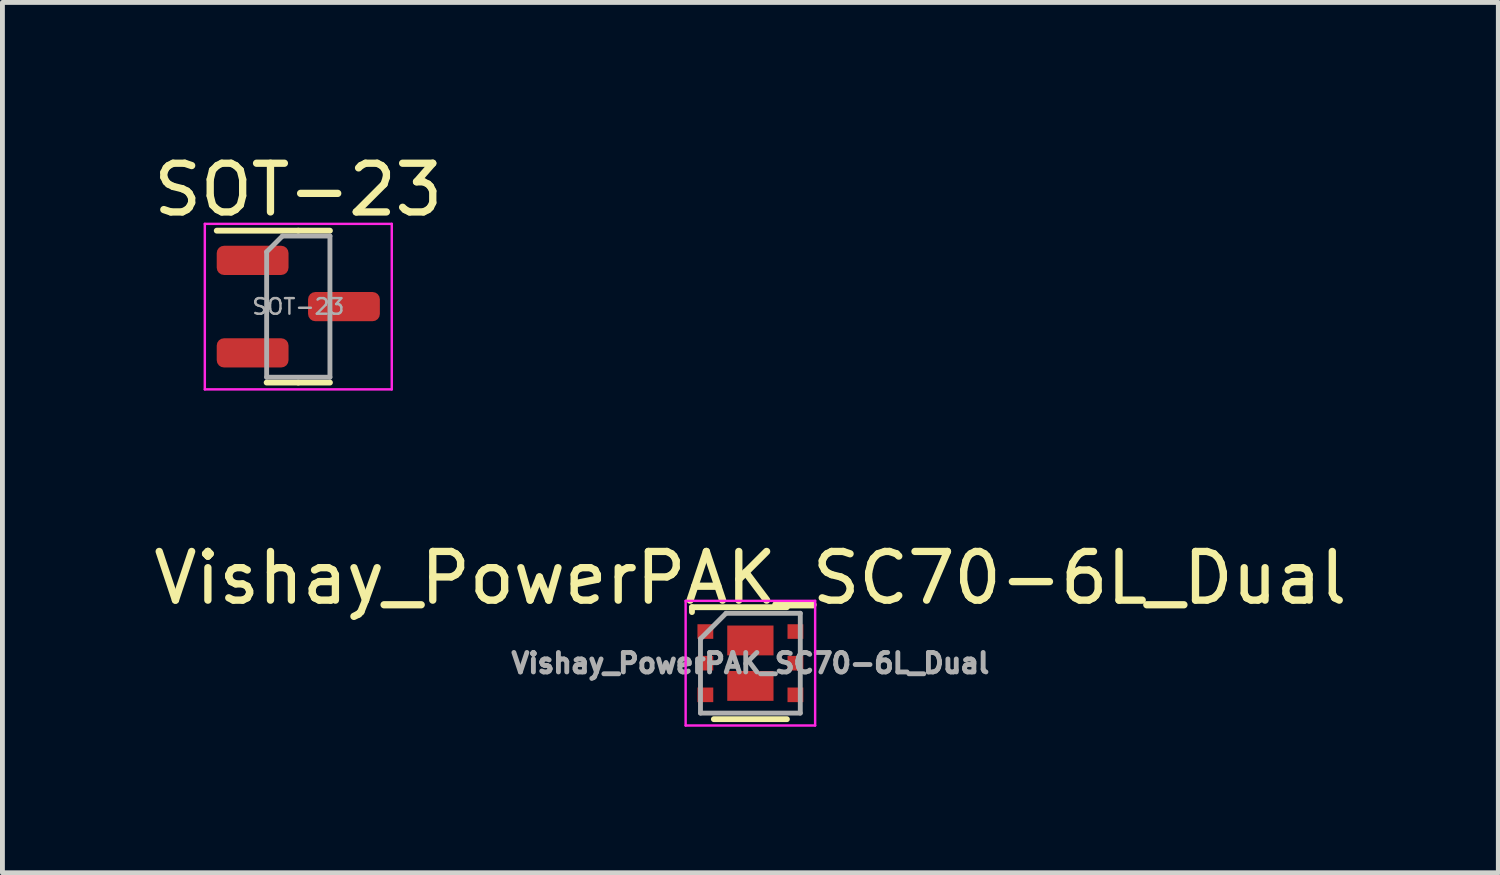
<source format=kicad_pcb>
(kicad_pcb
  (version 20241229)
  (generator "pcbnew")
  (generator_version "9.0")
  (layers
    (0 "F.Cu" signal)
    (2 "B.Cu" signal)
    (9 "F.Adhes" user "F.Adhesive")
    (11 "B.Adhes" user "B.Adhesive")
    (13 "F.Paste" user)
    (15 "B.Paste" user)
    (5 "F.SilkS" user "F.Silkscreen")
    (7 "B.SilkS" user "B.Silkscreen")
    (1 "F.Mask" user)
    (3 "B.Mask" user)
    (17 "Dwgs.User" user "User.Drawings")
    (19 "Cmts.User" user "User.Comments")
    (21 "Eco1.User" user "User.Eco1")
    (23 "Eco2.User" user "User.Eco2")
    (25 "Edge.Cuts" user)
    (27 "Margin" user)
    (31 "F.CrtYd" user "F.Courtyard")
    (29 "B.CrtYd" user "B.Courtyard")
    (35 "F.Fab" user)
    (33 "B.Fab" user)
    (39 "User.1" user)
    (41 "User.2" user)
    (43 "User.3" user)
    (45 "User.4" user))
  (footprint "SOT-23"
    (layer "F.Cu")
    (at 3.077 3.248)
    (property "Reference" "SOT-23" (at 0 -2.4 0) (layer "F.SilkS") (effects (font (size 1 1) (thickness 0.15))))
    (attr smd)
    (fp_line (start 0 -1.56) (end -1.675 -1.56) (stroke (width 0.12) (type solid)) (layer "F.SilkS"))
    (fp_line (start 0 -1.56) (end 0.65 -1.56) (stroke (width 0.12) (type solid)) (layer "F.SilkS"))
    (fp_line (start 0 1.56) (end -0.65 1.56) (stroke (width 0.12) (type solid)) (layer "F.SilkS"))
    (fp_line (start 0 1.56) (end 0.65 1.56) (stroke (width 0.12) (type solid)) (layer "F.SilkS"))
    (fp_line (start -1.92 -1.7) (end -1.92 1.7) (stroke (width 0.05) (type solid)) (layer "F.CrtYd"))
    (fp_line (start -1.92 1.7) (end 1.92 1.7) (stroke (width 0.05) (type solid)) (layer "F.CrtYd"))
    (fp_line (start 1.92 -1.7) (end -1.92 -1.7) (stroke (width 0.05) (type solid)) (layer "F.CrtYd"))
    (fp_line (start 1.92 1.7) (end 1.92 -1.7) (stroke (width 0.05) (type solid)) (layer "F.CrtYd"))
    (fp_line (start -0.65 -1.125) (end -0.325 -1.45) (stroke (width 0.1) (type solid)) (layer "F.Fab"))
    (fp_line (start -0.65 1.45) (end -0.65 -1.125) (stroke (width 0.1) (type solid)) (layer "F.Fab"))
    (fp_line (start -0.325 -1.45) (end 0.65 -1.45) (stroke (width 0.1) (type solid)) (layer "F.Fab"))
    (fp_line (start 0.65 -1.45) (end 0.65 1.45) (stroke (width 0.1) (type solid)) (layer "F.Fab"))
    (fp_line (start 0.65 1.45) (end -0.65 1.45) (stroke (width 0.1) (type solid)) (layer "F.Fab"))
    (fp_text user "${REFERENCE}" (at 0 0 0) (layer "F.Fab") (effects (font (size 0.32 0.32) (thickness 0.05))))
    (pad "1" smd roundrect (at -0.938 -0.95) (size 1.475 0.6) (layers "F.Cu" "F.Mask" "F.Paste") (roundrect_rratio 0.25))
    (pad "2" smd roundrect (at -0.938 0.95) (size 1.475 0.6) (layers "F.Cu" "F.Mask" "F.Paste") (roundrect_rratio 0.25))
    (pad "3" smd roundrect (at 0.938 0) (size 1.475 0.6) (layers "F.Cu" "F.Mask" "F.Paste") (roundrect_rratio 0.25)))
  (footprint "Vishay_PowerPAK_SC70-6L_Dual"
    (layer "F.Cu")
    (at 12.363 10.572)
    (property "Reference" "Vishay_PowerPAK_SC70-6L_Dual" (at 0 -1.75 0) (layer "F.SilkS") (effects (font (size 1 1) (thickness 0.15))))
    (attr smd)
    (fp_line (start -1.2 -1.15) (end -1.2 -1.05) (stroke (width 0.12) (type solid)) (layer "F.SilkS"))
    (fp_line (start -1.2 -1.15) (end 0.75 -1.15) (stroke (width 0.12) (type solid)) (layer "F.SilkS"))
    (fp_line (start 0.75 1.15) (end -0.75 1.15) (stroke (width 0.12) (type solid)) (layer "F.SilkS"))
    (fp_line (start -1.33 -1.28) (end 1.33 -1.28) (stroke (width 0.05) (type solid)) (layer "F.CrtYd"))
    (fp_line (start -1.33 1.28) (end -1.33 -1.28) (stroke (width 0.05) (type solid)) (layer "F.CrtYd"))
    (fp_line (start 1.33 -1.28) (end 1.33 1.28) (stroke (width 0.05) (type solid)) (layer "F.CrtYd"))
    (fp_line (start 1.33 1.28) (end -1.33 1.28) (stroke (width 0.05) (type solid)) (layer "F.CrtYd"))
    (fp_line (start -1.025 -0.5) (end -0.5 -1.025) (stroke (width 0.1) (type solid)) (layer "F.Fab"))
    (fp_line (start -1.025 1.025) (end -1.025 -0.5) (stroke (width 0.1) (type solid)) (layer "F.Fab"))
    (fp_line (start -0.5 -1.025) (end 1.025 -1.025) (stroke (width 0.1) (type solid)) (layer "F.Fab"))
    (fp_line (start 1.025 -1.025) (end 1.025 1.025) (stroke (width 0.1) (type solid)) (layer "F.Fab"))
    (fp_line (start 1.025 1.025) (end -1.025 1.025) (stroke (width 0.1) (type solid)) (layer "F.Fab"))
    (fp_text user "${REFERENCE}" (at 0 0 0) (layer "F.Fab") (effects (font (size 0.4 0.4) (thickness 0.1))))
    (pad "1" smd rect (at -0.925 -0.65) (size 0.325 0.3) (layers "F.Cu" "F.Mask" "F.Paste"))
    (pad "2" smd rect (at -0.925 0) (size 0.325 0.3) (layers "F.Cu" "F.Mask" "F.Paste"))
    (pad "3" smd rect (at -0.925 0.65) (size 0.325 0.3) (layers "F.Cu" "F.Mask" "F.Paste"))
    (pad "3" smd rect (at 0 0.467) (size 0.95 0.613) (layers "F.Cu" "F.Mask" "F.Paste"))
    (pad "4" smd rect (at 0.925 0.65) (size 0.325 0.3) (layers "F.Cu" "F.Mask" "F.Paste"))
    (pad "5" smd rect (at 0.925 0) (size 0.325 0.3) (layers "F.Cu" "F.Mask" "F.Paste"))
    (pad "6" smd rect (at 0 -0.467) (size 0.95 0.613) (layers "F.Cu" "F.Mask" "F.Paste"))
    (pad "6" smd rect (at 0.925 -0.65) (size 0.325 0.3) (layers "F.Cu" "F.Mask" "F.Paste")))
  (gr_rect
    (start -3 -3)
    (end 27.726 14.877)
    (stroke (width 0.1) (type default))
    (fill no)
    (layer "Edge.Cuts")))
</source>
